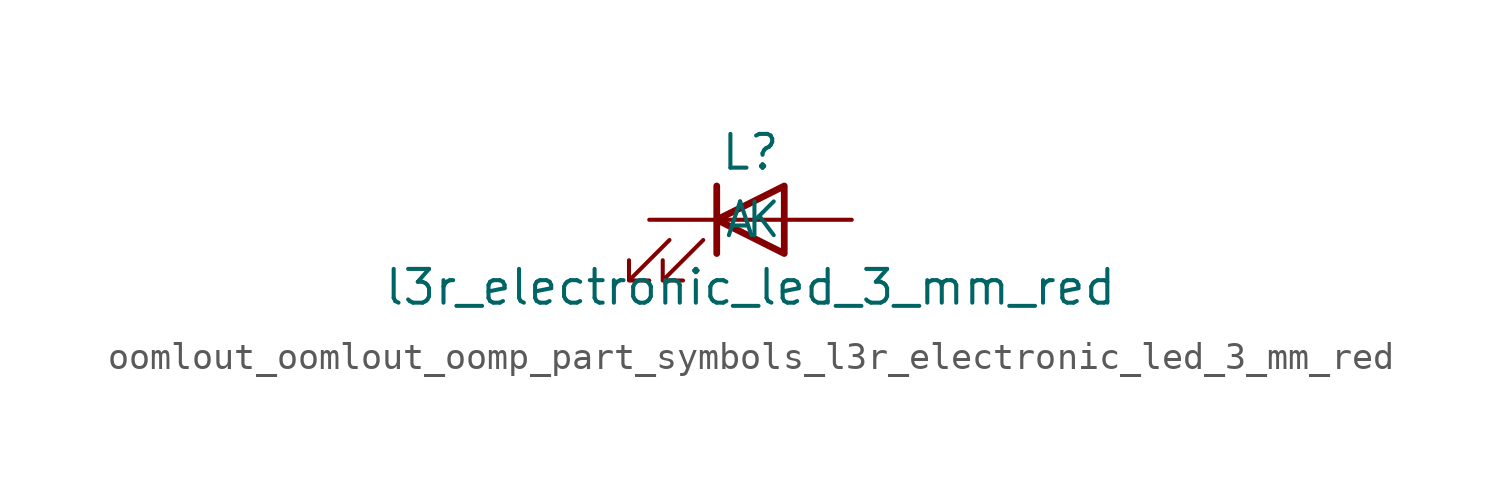
<source format=kicad_sym>
(kicad_symbol_lib
  (version 20220914)
  (generator kicad_symbol_editor)
  (symbol "oomlout_oomlout_oomp_part_symbols_l3r_electronic_led_3_mm_red"
    (pin_numbers hide)
    (pin_names
      (offset 1.016))
    (property "Reference" "L"
      (at 0 2.54 0)
      (effects (font (size 1.27 1.27))))
    (property "Value" "l3r_electronic_led_3_mm_red"
      (at 0 -2.54 0)
      (effects (font (size 1.27 1.27))))
    (symbol "oomlout_oomlout_oomp_part_symbols_l3r_electronic_led_3_mm_red_0_1"
      (polyline (pts (xy -1.27 -1.27) (xy -1.27 1.27)) (stroke (width 0.254) (type default)) (fill (type none)))
      (polyline (pts (xy -1.27 0) (xy 1.27 0)) (stroke (width 0) (type default)) (fill (type none)))
      (polyline (pts (xy 1.27 -1.27) (xy 1.27 1.27) (xy -1.27 0) (xy 1.27 -1.27)) (stroke (width 0.254) (type default)) (fill (type none)))
      (polyline (pts (xy -3.048 -0.762) (xy -4.572 -2.286) (xy -3.81 -2.286) (xy -4.572 -2.286) (xy -4.572 -1.524)) (stroke (width 0) (type default)) (fill (type none)))
      (polyline (pts (xy -1.778 -0.762) (xy -3.302 -2.286) (xy -2.54 -2.286) (xy -3.302 -2.286) (xy -3.302 -1.524)) (stroke (width 0) (type default)) (fill (type none))))
    (symbol "oomlout_oomlout_oomp_part_symbols_l3r_electronic_led_3_mm_red_1_1"
      (pin passive line (at -3.81 0 0) (length 2.54) (name "K" (effects (font (size 1.27 1.27)))) (number "1" (effects (font (size 1.27 1.27)))))
      (pin passive line (at 3.81 0 180) (length 2.54) (name "A" (effects (font (size 1.27 1.27)))) (number "2" (effects (font (size 1.27 1.27))))))))
</source>
